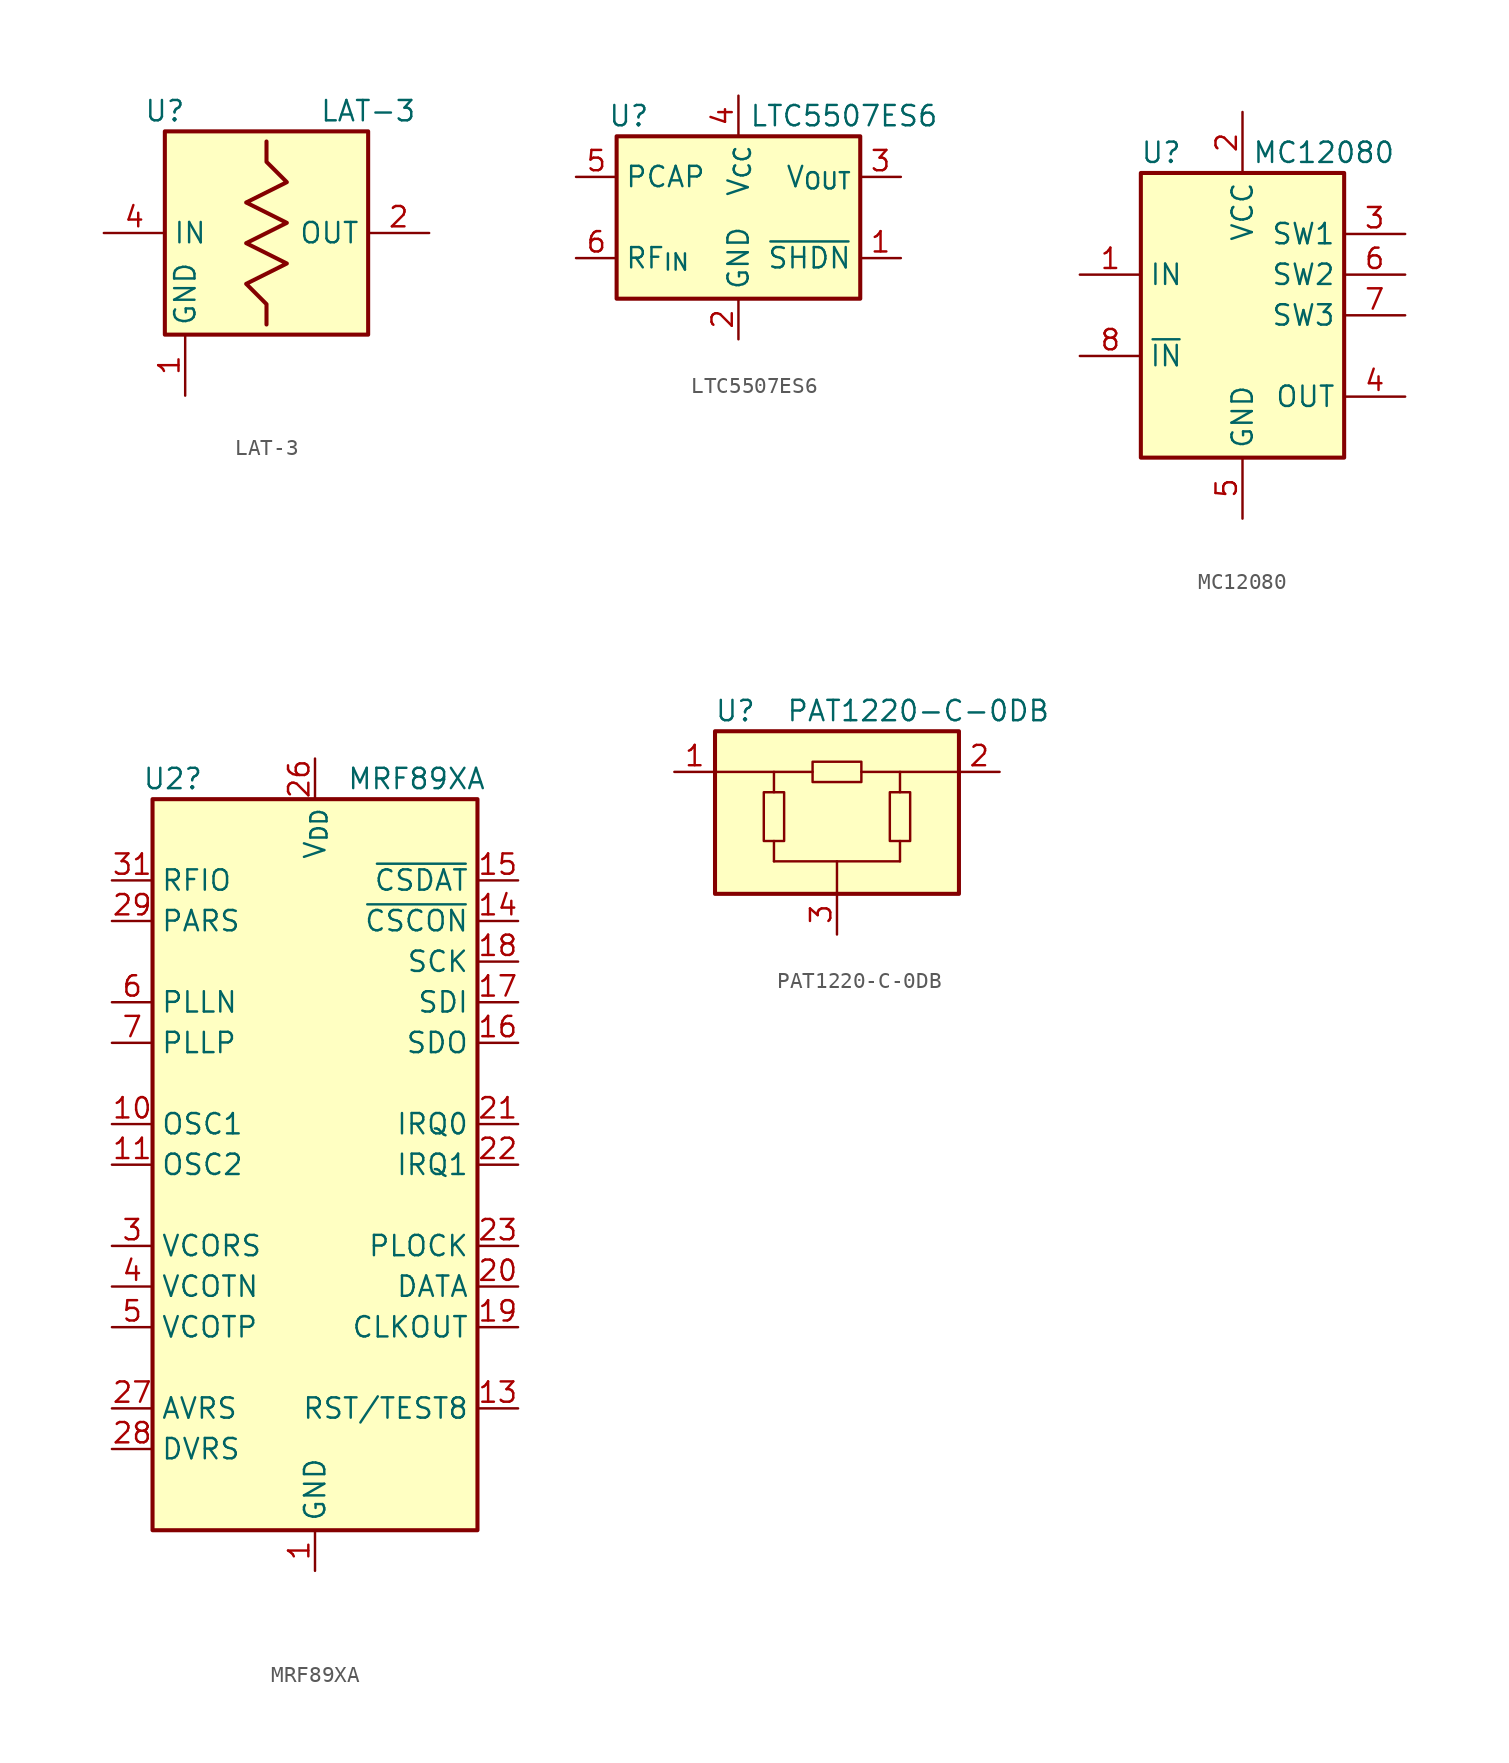
<source format=kicad_sym>
(kicad_symbol_lib
  (version 20231120)
  (generator "kicad_symbol_editor")
  (generator_version "8.0")
  (symbol "LAT-3"
    (property "Reference" "U"
      (at -6.35 7.62 0)
      (effects (font (size 1.27 1.27))))
    (property "Value" "LAT-3"
      (at 6.35 7.62 0)
      (effects (font (size 1.27 1.27))))
    (symbol "LAT-3_0_1"
      (rectangle (start -6.35 6.35) (end 6.35 -6.35) (stroke (width 0.254) (type default)) (fill (type background)))
      (polyline (pts (xy 0 -5.715) (xy 0 -4.445) (xy -1.27 -3.175) (xy 1.27 -1.905) (xy -1.27 -0.635) (xy 1.27 0.635) (xy -1.27 1.905) (xy 1.27 3.175) (xy 0 4.445) (xy 0 5.715)) (stroke (width 0.254) (type default)) (fill (type none))))
    (symbol "LAT-3_1_1"
      (pin power_in line (at -5.08 -10.16 90) (length 3.81) (name "GND" (effects (font (size 1.27 1.27)))) (number "1" (effects (font (size 1.27 1.27)))))
      (pin output line (at 10.16 0 180) (length 3.81) (name "OUT" (effects (font (size 1.27 1.27)))) (number "2" (effects (font (size 1.27 1.27)))))
      (pin passive line (at -5.08 -10.16 90) (length 3.81) hide (name "GND" (effects (font (size 1.27 1.27)))) (number "3" (effects (font (size 1.27 1.27)))))
      (pin input line (at -10.16 0 0) (length 3.81) (name "IN" (effects (font (size 1.27 1.27)))) (number "4" (effects (font (size 1.27 1.27)))))))
  (symbol "LTC5507ES6"
    (property "Reference" "U"
      (at -6.858 6.35 0)
      (effects (font (size 1.27 1.27))))
    (property "Value" "LTC5507ES6"
      (at 6.604 6.35 0)
      (effects (font (size 1.27 1.27))))
    (symbol "LTC5507ES6_1_1"
      (rectangle (start -7.62 5.08) (end 7.62 -5.08) (stroke (width 0.254) (type default)) (fill (type background)))
      (pin input line (at 10.16 -2.54 180) (length 2.54) (name "~{SHDN}" (effects (font (size 1.27 1.27)))) (number "1" (effects (font (size 1.27 1.27)))))
      (pin power_in line (at 0 -7.62 90) (length 2.54) (name "GND" (effects (font (size 1.27 1.27)))) (number "2" (effects (font (size 1.27 1.27)))))
      (pin output line (at 10.16 2.54 180) (length 2.54) (name "V_{OUT}" (effects (font (size 1.27 1.27)))) (number "3" (effects (font (size 1.27 1.27)))))
      (pin power_in line (at 0 7.62 270) (length 2.54) (name "V_{CC}" (effects (font (size 1.27 1.27)))) (number "4" (effects (font (size 1.27 1.27)))))
      (pin passive line (at -10.16 2.54 0) (length 2.54) (name "PCAP" (effects (font (size 1.27 1.27)))) (number "5" (effects (font (size 1.27 1.27)))))
      (pin input line (at -10.16 -2.54 0) (length 2.54) (name "RF_{IN}" (effects (font (size 1.27 1.27)))) (number "6" (effects (font (size 1.27 1.27)))))))
  (symbol "MC12080"
    (property "Reference" "U"
      (at -5.08 10.16 0)
      (effects (font (size 1.27 1.27))))
    (property "Value" "MC12080"
      (at 5.08 10.16 0)
      (effects (font (size 1.27 1.27))))
    (symbol "MC12080_0_1"
      (rectangle (start -6.35 8.89) (end 6.35 -8.89) (stroke (width 0.254) (type default)) (fill (type background))))
    (symbol "MC12080_1_1"
      (pin input line (at -10.16 2.54 0) (length 3.81) (name "IN" (effects (font (size 1.27 1.27)))) (number "1" (effects (font (size 1.27 1.27)))))
      (pin power_in line (at 0 12.7 270) (length 3.81) (name "VCC" (effects (font (size 1.27 1.27)))) (number "2" (effects (font (size 1.27 1.27)))))
      (pin input line (at 10.16 5.08 180) (length 3.81) (name "SW1" (effects (font (size 1.27 1.27)))) (number "3" (effects (font (size 1.27 1.27)))))
      (pin output line (at 10.16 -5.08 180) (length 3.81) (name "OUT" (effects (font (size 1.27 1.27)))) (number "4" (effects (font (size 1.27 1.27)))))
      (pin power_in line (at 0 -12.7 90) (length 3.81) (name "GND" (effects (font (size 1.27 1.27)))) (number "5" (effects (font (size 1.27 1.27)))))
      (pin input line (at 10.16 2.54 180) (length 3.81) (name "SW2" (effects (font (size 1.27 1.27)))) (number "6" (effects (font (size 1.27 1.27)))))
      (pin input line (at 10.16 0 180) (length 3.81) (name "SW3" (effects (font (size 1.27 1.27)))) (number "7" (effects (font (size 1.27 1.27)))))
      (pin input line (at -10.16 -2.54 0) (length 3.81) (name "~{IN}" (effects (font (size 1.27 1.27)))) (number "8" (effects (font (size 1.27 1.27)))))))
  (symbol "MRF89XA"
    (property "Reference" "U2"
      (at -8.89 24.13 0)
      (effects (font (size 1.27 1.27))))
    (property "Value" "MRF89XA"
      (at 6.35 24.13 0)
      (effects (font (size 1.27 1.27))))
    (symbol "MRF89XA_0_1"
      (rectangle (start -10.16 22.86) (end 10.16 -22.86) (stroke (width 0.254) (type default)) (fill (type background))))
    (symbol "MRF89XA_1_1"
      (pin power_in line (at 0 -25.4 90) (length 2.54) (name "GND" (effects (font (size 1.27 1.27)))) (number "1" (effects (font (size 1.27 1.27)))))
      (pin passive line (at -12.7 2.54 0) (length 2.54) (name "OSC1" (effects (font (size 1.27 1.27)))) (number "10" (effects (font (size 1.27 1.27)))))
      (pin passive line (at -12.7 0 0) (length 2.54) (name "OSC2" (effects (font (size 1.27 1.27)))) (number "11" (effects (font (size 1.27 1.27)))))
      (pin passive line (at 0 -25.4 90) (length 2.54) hide (name "GND" (effects (font (size 1.27 1.27)))) (number "12" (effects (font (size 1.27 1.27)))))
      (pin input line (at 12.7 -15.24 180) (length 2.54) (name "RST/TEST8" (effects (font (size 1.27 1.27)))) (number "13" (effects (font (size 1.27 1.27)))))
      (pin input line (at 12.7 15.24 180) (length 2.54) (name "~{CSCON}" (effects (font (size 1.27 1.27)))) (number "14" (effects (font (size 1.27 1.27)))))
      (pin input line (at 12.7 17.78 180) (length 2.54) (name "~{CSDAT}" (effects (font (size 1.27 1.27)))) (number "15" (effects (font (size 1.27 1.27)))))
      (pin output line (at 12.7 7.62 180) (length 2.54) (name "SDO" (effects (font (size 1.27 1.27)))) (number "16" (effects (font (size 1.27 1.27)))))
      (pin input line (at 12.7 10.16 180) (length 2.54) (name "SDI" (effects (font (size 1.27 1.27)))) (number "17" (effects (font (size 1.27 1.27)))))
      (pin input line (at 12.7 12.7 180) (length 2.54) (name "SCK" (effects (font (size 1.27 1.27)))) (number "18" (effects (font (size 1.27 1.27)))))
      (pin output line (at 12.7 -10.16 180) (length 2.54) (name "CLKOUT" (effects (font (size 1.27 1.27)))) (number "19" (effects (font (size 1.27 1.27)))))
      (pin passive line (at 0 -25.4 90) (length 2.54) hide (name "GND" (effects (font (size 1.27 1.27)))) (number "2" (effects (font (size 1.27 1.27)))))
      (pin bidirectional line (at 12.7 -7.62 180) (length 2.54) (name "DATA" (effects (font (size 1.27 1.27)))) (number "20" (effects (font (size 1.27 1.27)))))
      (pin output line (at 12.7 2.54 180) (length 2.54) (name "IRQ0" (effects (font (size 1.27 1.27)))) (number "21" (effects (font (size 1.27 1.27)))))
      (pin output line (at 12.7 0 180) (length 2.54) (name "IRQ1" (effects (font (size 1.27 1.27)))) (number "22" (effects (font (size 1.27 1.27)))))
      (pin output line (at 12.7 -5.08 180) (length 2.54) (name "PLOCK" (effects (font (size 1.27 1.27)))) (number "23" (effects (font (size 1.27 1.27)))))
      (pin passive line (at 0 -25.4 90) (length 2.54) hide (name "GND" (effects (font (size 1.27 1.27)))) (number "24" (effects (font (size 1.27 1.27)))))
      (pin passive line (at 0 -25.4 90) (length 2.54) hide (name "GND" (effects (font (size 1.27 1.27)))) (number "25" (effects (font (size 1.27 1.27)))))
      (pin power_in line (at 0 25.4 270) (length 2.54) (name "V_{DD}" (effects (font (size 1.27 1.27)))) (number "26" (effects (font (size 1.27 1.27)))))
      (pin power_out line (at -12.7 -15.24 0) (length 2.54) (name "AVRS" (effects (font (size 1.27 1.27)))) (number "27" (effects (font (size 1.27 1.27)))))
      (pin power_out line (at -12.7 -17.78 0) (length 2.54) (name "DVRS" (effects (font (size 1.27 1.27)))) (number "28" (effects (font (size 1.27 1.27)))))
      (pin power_out line (at -12.7 15.24 0) (length 2.54) (name "PARS" (effects (font (size 1.27 1.27)))) (number "29" (effects (font (size 1.27 1.27)))))
      (pin power_out line (at -12.7 -5.08 0) (length 2.54) (name "VCORS" (effects (font (size 1.27 1.27)))) (number "3" (effects (font (size 1.27 1.27)))))
      (pin passive line (at 0 -25.4 90) (length 2.54) hide (name "GND" (effects (font (size 1.27 1.27)))) (number "30" (effects (font (size 1.27 1.27)))))
      (pin bidirectional line (at -12.7 17.78 0) (length 2.54) (name "RFIO" (effects (font (size 1.27 1.27)))) (number "31" (effects (font (size 1.27 1.27)))))
      (pin passive line (at 0 -25.4 90) (length 2.54) hide (name "GND" (effects (font (size 1.27 1.27)))) (number "32" (effects (font (size 1.27 1.27)))))
      (pin passive line (at 0 -25.4 90) (length 2.54) hide (name "GND" (effects (font (size 1.27 1.27)))) (number "33" (effects (font (size 1.27 1.27)))))
      (pin passive line (at -12.7 -7.62 0) (length 2.54) (name "VCOTN" (effects (font (size 1.27 1.27)))) (number "4" (effects (font (size 1.27 1.27)))))
      (pin passive line (at -12.7 -10.16 0) (length 2.54) (name "VCOTP" (effects (font (size 1.27 1.27)))) (number "5" (effects (font (size 1.27 1.27)))))
      (pin passive line (at -12.7 10.16 0) (length 2.54) (name "PLLN" (effects (font (size 1.27 1.27)))) (number "6" (effects (font (size 1.27 1.27)))))
      (pin passive line (at -12.7 7.62 0) (length 2.54) (name "PLLP" (effects (font (size 1.27 1.27)))) (number "7" (effects (font (size 1.27 1.27)))))
      (pin passive line (at 0 -25.4 90) (length 2.54) hide (name "GND" (effects (font (size 1.27 1.27)))) (number "8" (effects (font (size 1.27 1.27)))))
      (pin passive line (at 0 -25.4 90) (length 2.54) hide (name "GND" (effects (font (size 1.27 1.27)))) (number "9" (effects (font (size 1.27 1.27)))))))
  (symbol "PAT1220-C-0DB"
    (property "Reference" "U"
      (at -6.35 6.35 0)
      (effects (font (size 1.27 1.27))))
    (property "Value" "PAT1220-C-0DB"
      (at 5.08 6.35 0)
      (effects (font (size 1.27 1.27))))
    (symbol "PAT1220-C-0DB_0_1"
      (rectangle (start -7.62 5.08) (end 7.62 -5.08) (stroke (width 0.254) (type default)) (fill (type background)))
      (polyline (pts (xy -3.937 -3.048) (xy 3.937 -3.048)) (stroke (width 0) (type default)) (fill (type none)))
      (polyline (pts (xy -3.937 1.27) (xy -3.937 2.54)) (stroke (width 0) (type default)) (fill (type none)))
      (polyline (pts (xy -1.524 2.54) (xy -7.62 2.54)) (stroke (width 0) (type default)) (fill (type none)))
      (polyline (pts (xy 0 -5.08) (xy 0 -3.048)) (stroke (width 0) (type default)) (fill (type none)))
      (polyline (pts (xy 3.937 1.27) (xy 3.937 2.54)) (stroke (width 0) (type default)) (fill (type none)))
      (pin passive line (at 0 -7.62 90) (length 2.54) (name "~" (effects (font (size 1.27 1.27)))) (number "3" (effects (font (size 1.27 1.27))))))
    (symbol "PAT1220-C-0DB_1_1"
      (rectangle (start -4.572 -1.778) (end -3.302 1.27) (stroke (width 0) (type default)) (fill (type none)))
      (rectangle (start -1.524 3.175) (end 1.524 1.905) (stroke (width 0) (type default)) (fill (type none)))
      (polyline (pts (xy -3.937 -3.048) (xy -3.937 -1.778)) (stroke (width 0) (type default)) (fill (type none)))
      (polyline (pts (xy 3.937 -3.048) (xy 3.937 -1.778)) (stroke (width 0) (type default)) (fill (type none)))
      (polyline (pts (xy 7.62 2.54) (xy 1.524 2.54)) (stroke (width 0) (type default)) (fill (type none)))
      (rectangle (start 3.302 -1.778) (end 4.572 1.27) (stroke (width 0) (type default)) (fill (type none)))
      (pin passive line (at -10.16 2.54 0) (length 2.54) (name "~" (effects (font (size 1.27 1.27)))) (number "1" (effects (font (size 1.27 1.27)))))
      (pin passive line (at 10.16 2.54 180) (length 2.54) (name "~" (effects (font (size 1.27 1.27)))) (number "2" (effects (font (size 1.27 1.27))))))))
</source>
